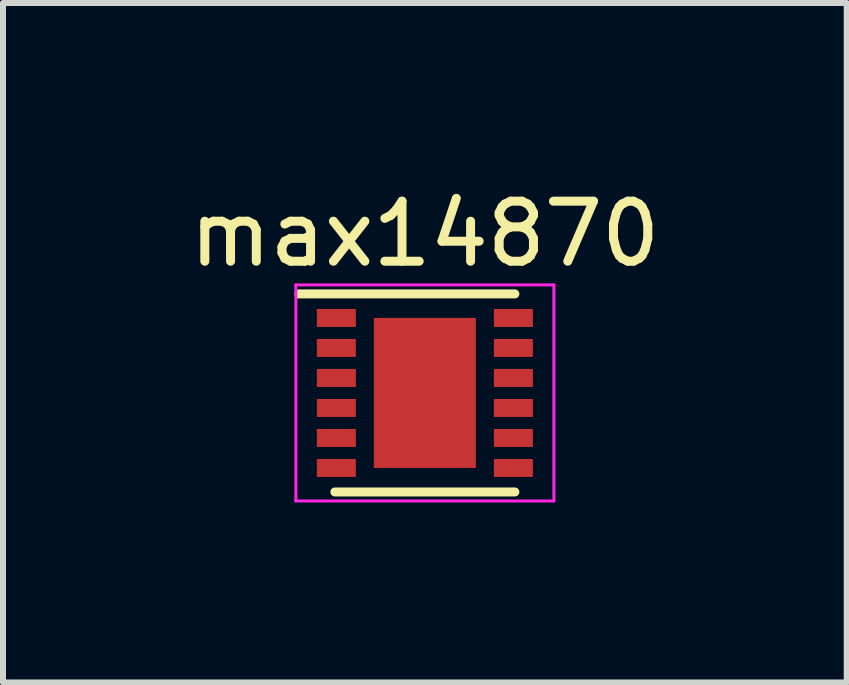
<source format=kicad_pcb>
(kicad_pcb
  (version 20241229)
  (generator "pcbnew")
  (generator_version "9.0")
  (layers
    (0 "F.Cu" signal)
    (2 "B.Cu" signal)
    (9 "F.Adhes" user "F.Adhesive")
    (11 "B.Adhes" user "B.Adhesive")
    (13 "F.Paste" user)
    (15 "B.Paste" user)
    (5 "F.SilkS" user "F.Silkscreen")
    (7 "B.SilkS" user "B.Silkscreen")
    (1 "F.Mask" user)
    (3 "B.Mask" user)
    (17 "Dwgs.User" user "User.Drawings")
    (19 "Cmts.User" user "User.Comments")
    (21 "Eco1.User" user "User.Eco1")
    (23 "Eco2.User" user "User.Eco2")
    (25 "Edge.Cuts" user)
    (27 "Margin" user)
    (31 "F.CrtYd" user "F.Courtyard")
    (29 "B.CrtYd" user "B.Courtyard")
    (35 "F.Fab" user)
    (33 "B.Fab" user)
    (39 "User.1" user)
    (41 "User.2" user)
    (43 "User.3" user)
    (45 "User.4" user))
  (footprint "max14870"
    (layer "F.Cu")
    (at 4.03 3.498)
    (property "Reference" "max14870" (at 0 -2.65 0) (layer "F.SilkS") (effects (font (size 1 1) (thickness 0.15))))
    (attr smd)
    (fp_line (start -2.1 -1.65) (end 1.5 -1.65) (stroke (width 0.15) (type solid)) (layer "F.SilkS"))
    (fp_line (start -1.5 1.65) (end 1.5 1.65) (stroke (width 0.15) (type solid)) (layer "F.SilkS"))
    (fp_line (start -2.15 -1.8) (end -2.15 1.8) (stroke (width 0.05) (type solid)) (layer "F.CrtYd"))
    (fp_line (start -2.15 -1.8) (end 2.15 -1.8) (stroke (width 0.05) (type solid)) (layer "F.CrtYd"))
    (fp_line (start -2.15 1.8) (end 2.15 1.8) (stroke (width 0.05) (type solid)) (layer "F.CrtYd"))
    (fp_line (start 2.15 -1.8) (end 2.15 1.8) (stroke (width 0.05) (type solid)) (layer "F.CrtYd"))
    (pad "" smd rect (at -0.41 -0.583) (size 0.68 1) (layers "F.Paste"))
    (pad "" smd rect (at -0.41 0.583) (size 0.68 1) (layers "F.Paste"))
    (pad "" smd rect (at 0.41 -0.583) (size 0.68 1) (layers "F.Paste"))
    (pad "" smd rect (at 0.41 0.583) (size 0.68 1) (layers "F.Paste"))
    (pad "1" smd rect (at -1.475 -1.25) (size 0.65 0.3) (layers "F.Cu" "F.Mask" "F.Paste"))
    (pad "2" smd rect (at -1.475 -0.75) (size 0.65 0.3) (layers "F.Cu" "F.Mask" "F.Paste"))
    (pad "3" smd rect (at -1.475 -0.25) (size 0.65 0.3) (layers "F.Cu" "F.Mask" "F.Paste"))
    (pad "4" smd rect (at -1.475 0.25) (size 0.65 0.3) (layers "F.Cu" "F.Mask" "F.Paste"))
    (pad "5" smd rect (at -1.475 0.75) (size 0.65 0.3) (layers "F.Cu" "F.Mask" "F.Paste"))
    (pad "6" smd rect (at -1.475 1.25) (size 0.65 0.3) (layers "F.Cu" "F.Mask" "F.Paste"))
    (pad "7" smd rect (at 1.475 1.25) (size 0.65 0.3) (layers "F.Cu" "F.Mask" "F.Paste"))
    (pad "8" smd rect (at 1.475 0.75) (size 0.65 0.3) (layers "F.Cu" "F.Mask" "F.Paste"))
    (pad "9" smd rect (at 1.475 0.25) (size 0.65 0.3) (layers "F.Cu" "F.Mask" "F.Paste"))
    (pad "10" smd rect (at 1.475 -0.25) (size 0.65 0.3) (layers "F.Cu" "F.Mask" "F.Paste"))
    (pad "11" smd rect (at 1.475 -0.75) (size 0.65 0.3) (layers "F.Cu" "F.Mask" "F.Paste"))
    (pad "12" smd rect (at 1.475 -1.25) (size 0.65 0.3) (layers "F.Cu" "F.Mask" "F.Paste"))
    (pad "13" smd rect (at 0 0) (size 1.7 2.5) (layers "F.Cu" "F.Mask")))
  (gr_rect
    (start -3 -3)
    (end 11.06 8.323)
    (stroke (width 0.1) (type default))
    (fill no)
    (layer "Edge.Cuts")))
</source>
